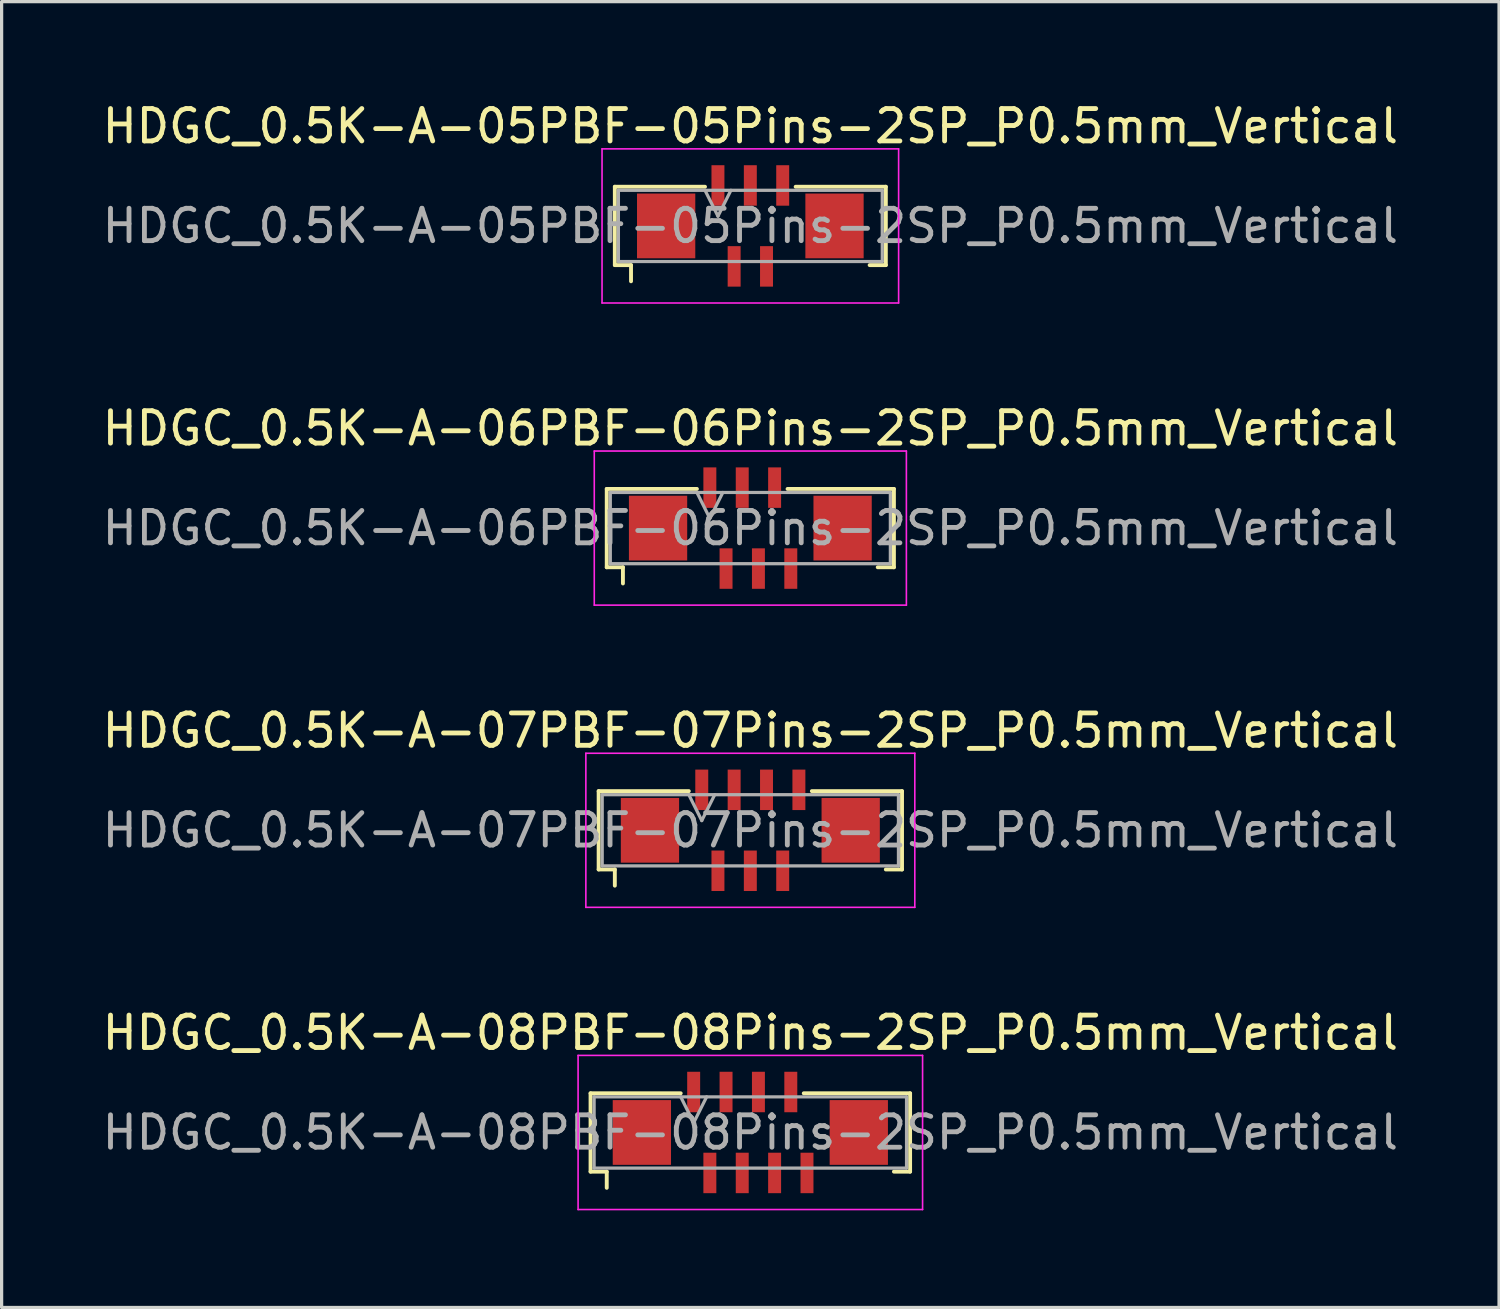
<source format=kicad_pcb>
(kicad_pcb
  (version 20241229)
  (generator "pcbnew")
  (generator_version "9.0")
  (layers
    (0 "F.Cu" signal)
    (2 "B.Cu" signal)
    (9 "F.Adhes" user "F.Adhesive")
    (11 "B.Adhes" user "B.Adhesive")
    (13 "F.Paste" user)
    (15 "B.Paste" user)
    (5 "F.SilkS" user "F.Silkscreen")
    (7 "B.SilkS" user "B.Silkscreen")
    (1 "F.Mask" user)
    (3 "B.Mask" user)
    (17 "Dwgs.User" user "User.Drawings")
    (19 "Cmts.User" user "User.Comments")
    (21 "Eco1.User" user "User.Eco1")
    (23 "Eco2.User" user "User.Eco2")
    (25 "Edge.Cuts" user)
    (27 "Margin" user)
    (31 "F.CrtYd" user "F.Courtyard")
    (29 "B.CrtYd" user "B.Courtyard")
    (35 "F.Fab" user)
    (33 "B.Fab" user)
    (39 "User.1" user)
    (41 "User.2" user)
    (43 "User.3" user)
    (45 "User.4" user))
  (footprint "HDGC_0.5K-A-05PBF-05Pins-2SP_P0.5mm_Vertical"
    (layer "F.Cu")
    (at 20.125 3.928)
    (property "Reference" "HDGC_0.5K-A-05PBF-05Pins-2SP_P0.5mm_Vertical" (at 0 -3.08 0) (layer "F.SilkS") (effects (font (size 1 1) (thickness 0.15))))
    (attr smd)
    (fp_line (start -4.185 -1.21) (end -1.4 -1.21) (stroke (width 0.12) (type solid)) (layer "F.SilkS"))
    (fp_line (start -4.185 1.21) (end -4.185 -1.21) (stroke (width 0.12) (type solid)) (layer "F.SilkS"))
    (fp_line (start -3.685 1.21) (end -4.185 1.21) (stroke (width 0.12) (type solid)) (layer "F.SilkS"))
    (fp_line (start -3.685 1.71) (end -3.685 1.21) (stroke (width 0.12) (type solid)) (layer "F.SilkS"))
    (fp_line (start 3.685 1.21) (end 4.185 1.21) (stroke (width 0.12) (type solid)) (layer "F.SilkS"))
    (fp_line (start 4.185 -1.21) (end 1.4 -1.21) (stroke (width 0.12) (type solid)) (layer "F.SilkS"))
    (fp_line (start 4.185 1.21) (end 4.185 -1.21) (stroke (width 0.12) (type solid)) (layer "F.SilkS"))
    (fp_line (start -4.58 -2.38) (end 4.58 -2.38) (stroke (width 0.05) (type solid)) (layer "F.CrtYd"))
    (fp_line (start -4.58 2.38) (end -4.58 -2.38) (stroke (width 0.05) (type solid)) (layer "F.CrtYd"))
    (fp_line (start 4.58 -2.38) (end 4.58 2.38) (stroke (width 0.05) (type solid)) (layer "F.CrtYd"))
    (fp_line (start 4.58 2.38) (end -4.58 2.38) (stroke (width 0.05) (type solid)) (layer "F.CrtYd"))
    (fp_line (start -4.075 -1.1) (end -4.075 1.1) (stroke (width 0.1) (type solid)) (layer "F.Fab"))
    (fp_line (start -4.075 1.1) (end 4.075 1.1) (stroke (width 0.1) (type solid)) (layer "F.Fab"))
    (fp_line (start -1.4 -1.1) (end -1 -0.3) (stroke (width 0.1) (type solid)) (layer "F.Fab"))
    (fp_line (start -1 -0.3) (end -0.6 -1.1) (stroke (width 0.1) (type solid)) (layer "F.Fab"))
    (fp_line (start 4.075 -1.1) (end -4.075 -1.1) (stroke (width 0.1) (type solid)) (layer "F.Fab"))
    (fp_line (start 4.075 1.1) (end 4.075 -1.1) (stroke (width 0.1) (type solid)) (layer "F.Fab"))
    (fp_text user "${REFERENCE}" (at 0 0 0) (layer "F.Fab") (effects (font (size 1 1) (thickness 0.15))))
    (pad "1" smd rect (at -1 -1.25) (size 0.4 1.25) (layers "F.Cu" "F.Mask" "F.Paste"))
    (pad "2" smd rect (at -0.5 1.25) (size 0.4 1.25) (layers "F.Cu" "F.Mask" "F.Paste"))
    (pad "3" smd rect (at 0 -1.25) (size 0.4 1.25) (layers "F.Cu" "F.Mask" "F.Paste"))
    (pad "4" smd rect (at 0.5 1.25) (size 0.4 1.25) (layers "F.Cu" "F.Mask" "F.Paste"))
    (pad "5" smd rect (at 1 -1.25) (size 0.4 1.25) (layers "F.Cu" "F.Mask" "F.Paste"))
    (pad "MP" smd rect (at -2.6 0) (size 1.8 2) (layers "F.Cu" "F.Mask" "F.Paste"))
    (pad "MP" smd rect (at 2.6 0) (size 1.8 2) (layers "F.Cu" "F.Mask" "F.Paste")))
  (footprint "HDGC_0.5K-A-08PBF-08Pins-2SP_P0.5mm_Vertical"
    (layer "F.Cu")
    (at 20.125 31.928)
    (property "Reference" "HDGC_0.5K-A-08PBF-08Pins-2SP_P0.5mm_Vertical" (at 0 -3.08 0) (layer "F.SilkS") (effects (font (size 1 1) (thickness 0.15))))
    (attr smd)
    (fp_line (start -4.935 -1.21) (end -2.15 -1.21) (stroke (width 0.12) (type solid)) (layer "F.SilkS"))
    (fp_line (start -4.935 1.21) (end -4.935 -1.21) (stroke (width 0.12) (type solid)) (layer "F.SilkS"))
    (fp_line (start -4.435 1.21) (end -4.935 1.21) (stroke (width 0.12) (type solid)) (layer "F.SilkS"))
    (fp_line (start -4.435 1.71) (end -4.435 1.21) (stroke (width 0.12) (type solid)) (layer "F.SilkS"))
    (fp_line (start 4.435 1.21) (end 4.935 1.21) (stroke (width 0.12) (type solid)) (layer "F.SilkS"))
    (fp_line (start 4.935 -1.21) (end 1.65 -1.21) (stroke (width 0.12) (type solid)) (layer "F.SilkS"))
    (fp_line (start 4.935 1.21) (end 4.935 -1.21) (stroke (width 0.12) (type solid)) (layer "F.SilkS"))
    (fp_line (start -5.32 -2.38) (end 5.32 -2.38) (stroke (width 0.05) (type solid)) (layer "F.CrtYd"))
    (fp_line (start -5.32 2.38) (end -5.32 -2.38) (stroke (width 0.05) (type solid)) (layer "F.CrtYd"))
    (fp_line (start 5.32 -2.38) (end 5.32 2.38) (stroke (width 0.05) (type solid)) (layer "F.CrtYd"))
    (fp_line (start 5.32 2.38) (end -5.32 2.38) (stroke (width 0.05) (type solid)) (layer "F.CrtYd"))
    (fp_line (start -4.825 -1.1) (end -4.825 1.1) (stroke (width 0.1) (type solid)) (layer "F.Fab"))
    (fp_line (start -4.825 1.1) (end 4.825 1.1) (stroke (width 0.1) (type solid)) (layer "F.Fab"))
    (fp_line (start -2.15 -1.1) (end -1.75 -0.3) (stroke (width 0.1) (type solid)) (layer "F.Fab"))
    (fp_line (start -1.75 -0.3) (end -1.35 -1.1) (stroke (width 0.1) (type solid)) (layer "F.Fab"))
    (fp_line (start 4.825 -1.1) (end -4.825 -1.1) (stroke (width 0.1) (type solid)) (layer "F.Fab"))
    (fp_line (start 4.825 1.1) (end 4.825 -1.1) (stroke (width 0.1) (type solid)) (layer "F.Fab"))
    (fp_text user "${REFERENCE}" (at 0 0 0) (layer "F.Fab") (effects (font (size 1 1) (thickness 0.15))))
    (pad "1" smd rect (at -1.75 -1.25) (size 0.4 1.25) (layers "F.Cu" "F.Mask" "F.Paste"))
    (pad "2" smd rect (at -1.25 1.25) (size 0.4 1.25) (layers "F.Cu" "F.Mask" "F.Paste"))
    (pad "3" smd rect (at -0.75 -1.25) (size 0.4 1.25) (layers "F.Cu" "F.Mask" "F.Paste"))
    (pad "4" smd rect (at -0.25 1.25) (size 0.4 1.25) (layers "F.Cu" "F.Mask" "F.Paste"))
    (pad "5" smd rect (at 0.25 -1.25) (size 0.4 1.25) (layers "F.Cu" "F.Mask" "F.Paste"))
    (pad "6" smd rect (at 0.75 1.25) (size 0.4 1.25) (layers "F.Cu" "F.Mask" "F.Paste"))
    (pad "7" smd rect (at 1.25 -1.25) (size 0.4 1.25) (layers "F.Cu" "F.Mask" "F.Paste"))
    (pad "8" smd rect (at 1.75 1.25) (size 0.4 1.25) (layers "F.Cu" "F.Mask" "F.Paste"))
    (pad "MP" smd rect (at -3.35 0) (size 1.8 2) (layers "F.Cu" "F.Mask" "F.Paste"))
    (pad "MP" smd rect (at 3.35 0) (size 1.8 2) (layers "F.Cu" "F.Mask" "F.Paste")))
  (footprint "HDGC_0.5K-A-07PBF-07Pins-2SP_P0.5mm_Vertical"
    (layer "F.Cu")
    (at 20.125 22.595)
    (property "Reference" "HDGC_0.5K-A-07PBF-07Pins-2SP_P0.5mm_Vertical" (at 0 -3.08 0) (layer "F.SilkS") (effects (font (size 1 1) (thickness 0.15))))
    (attr smd)
    (fp_line (start -4.685 -1.21) (end -1.9 -1.21) (stroke (width 0.12) (type solid)) (layer "F.SilkS"))
    (fp_line (start -4.685 1.21) (end -4.685 -1.21) (stroke (width 0.12) (type solid)) (layer "F.SilkS"))
    (fp_line (start -4.185 1.21) (end -4.685 1.21) (stroke (width 0.12) (type solid)) (layer "F.SilkS"))
    (fp_line (start -4.185 1.71) (end -4.185 1.21) (stroke (width 0.12) (type solid)) (layer "F.SilkS"))
    (fp_line (start 4.185 1.21) (end 4.685 1.21) (stroke (width 0.12) (type solid)) (layer "F.SilkS"))
    (fp_line (start 4.685 -1.21) (end 1.9 -1.21) (stroke (width 0.12) (type solid)) (layer "F.SilkS"))
    (fp_line (start 4.685 1.21) (end 4.685 -1.21) (stroke (width 0.12) (type solid)) (layer "F.SilkS"))
    (fp_line (start -5.08 -2.38) (end 5.08 -2.38) (stroke (width 0.05) (type solid)) (layer "F.CrtYd"))
    (fp_line (start -5.08 2.38) (end -5.08 -2.38) (stroke (width 0.05) (type solid)) (layer "F.CrtYd"))
    (fp_line (start 5.08 -2.38) (end 5.08 2.38) (stroke (width 0.05) (type solid)) (layer "F.CrtYd"))
    (fp_line (start 5.08 2.38) (end -5.08 2.38) (stroke (width 0.05) (type solid)) (layer "F.CrtYd"))
    (fp_line (start -4.575 -1.1) (end -4.575 1.1) (stroke (width 0.1) (type solid)) (layer "F.Fab"))
    (fp_line (start -4.575 1.1) (end 4.575 1.1) (stroke (width 0.1) (type solid)) (layer "F.Fab"))
    (fp_line (start -1.9 -1.1) (end -1.5 -0.3) (stroke (width 0.1) (type solid)) (layer "F.Fab"))
    (fp_line (start -1.5 -0.3) (end -1.1 -1.1) (stroke (width 0.1) (type solid)) (layer "F.Fab"))
    (fp_line (start 4.575 -1.1) (end -4.575 -1.1) (stroke (width 0.1) (type solid)) (layer "F.Fab"))
    (fp_line (start 4.575 1.1) (end 4.575 -1.1) (stroke (width 0.1) (type solid)) (layer "F.Fab"))
    (fp_text user "${REFERENCE}" (at 0 0 0) (layer "F.Fab") (effects (font (size 1 1) (thickness 0.15))))
    (pad "1" smd rect (at -1.5 -1.25) (size 0.4 1.25) (layers "F.Cu" "F.Mask" "F.Paste"))
    (pad "2" smd rect (at -1 1.25) (size 0.4 1.25) (layers "F.Cu" "F.Mask" "F.Paste"))
    (pad "3" smd rect (at -0.5 -1.25) (size 0.4 1.25) (layers "F.Cu" "F.Mask" "F.Paste"))
    (pad "4" smd rect (at 0 1.25) (size 0.4 1.25) (layers "F.Cu" "F.Mask" "F.Paste"))
    (pad "5" smd rect (at 0.5 -1.25) (size 0.4 1.25) (layers "F.Cu" "F.Mask" "F.Paste"))
    (pad "6" smd rect (at 1 1.25) (size 0.4 1.25) (layers "F.Cu" "F.Mask" "F.Paste"))
    (pad "7" smd rect (at 1.5 -1.25) (size 0.4 1.25) (layers "F.Cu" "F.Mask" "F.Paste"))
    (pad "MP" smd rect (at -3.1 0) (size 1.8 2) (layers "F.Cu" "F.Mask" "F.Paste"))
    (pad "MP" smd rect (at 3.1 0) (size 1.8 2) (layers "F.Cu" "F.Mask" "F.Paste")))
  (footprint "HDGC_0.5K-A-06PBF-06Pins-2SP_P0.5mm_Vertical"
    (layer "F.Cu")
    (at 20.125 13.261)
    (property "Reference" "HDGC_0.5K-A-06PBF-06Pins-2SP_P0.5mm_Vertical" (at 0 -3.08 0) (layer "F.SilkS") (effects (font (size 1 1) (thickness 0.15))))
    (attr smd)
    (fp_line (start -4.435 -1.21) (end -1.65 -1.21) (stroke (width 0.12) (type solid)) (layer "F.SilkS"))
    (fp_line (start -4.435 1.21) (end -4.435 -1.21) (stroke (width 0.12) (type solid)) (layer "F.SilkS"))
    (fp_line (start -3.935 1.21) (end -4.435 1.21) (stroke (width 0.12) (type solid)) (layer "F.SilkS"))
    (fp_line (start -3.935 1.71) (end -3.935 1.21) (stroke (width 0.12) (type solid)) (layer "F.SilkS"))
    (fp_line (start 3.935 1.21) (end 4.435 1.21) (stroke (width 0.12) (type solid)) (layer "F.SilkS"))
    (fp_line (start 4.435 -1.21) (end 1.15 -1.21) (stroke (width 0.12) (type solid)) (layer "F.SilkS"))
    (fp_line (start 4.435 1.21) (end 4.435 -1.21) (stroke (width 0.12) (type solid)) (layer "F.SilkS"))
    (fp_line (start -4.82 -2.38) (end 4.82 -2.38) (stroke (width 0.05) (type solid)) (layer "F.CrtYd"))
    (fp_line (start -4.82 2.38) (end -4.82 -2.38) (stroke (width 0.05) (type solid)) (layer "F.CrtYd"))
    (fp_line (start 4.82 -2.38) (end 4.82 2.38) (stroke (width 0.05) (type solid)) (layer "F.CrtYd"))
    (fp_line (start 4.82 2.38) (end -4.82 2.38) (stroke (width 0.05) (type solid)) (layer "F.CrtYd"))
    (fp_line (start -4.325 -1.1) (end -4.325 1.1) (stroke (width 0.1) (type solid)) (layer "F.Fab"))
    (fp_line (start -4.325 1.1) (end 4.325 1.1) (stroke (width 0.1) (type solid)) (layer "F.Fab"))
    (fp_line (start -1.65 -1.1) (end -1.25 -0.3) (stroke (width 0.1) (type solid)) (layer "F.Fab"))
    (fp_line (start -1.25 -0.3) (end -0.85 -1.1) (stroke (width 0.1) (type solid)) (layer "F.Fab"))
    (fp_line (start 4.325 -1.1) (end -4.325 -1.1) (stroke (width 0.1) (type solid)) (layer "F.Fab"))
    (fp_line (start 4.325 1.1) (end 4.325 -1.1) (stroke (width 0.1) (type solid)) (layer "F.Fab"))
    (fp_text user "${REFERENCE}" (at 0 0 0) (layer "F.Fab") (effects (font (size 1 1) (thickness 0.15))))
    (pad "1" smd rect (at -1.25 -1.25) (size 0.4 1.25) (layers "F.Cu" "F.Mask" "F.Paste"))
    (pad "2" smd rect (at -0.75 1.25) (size 0.4 1.25) (layers "F.Cu" "F.Mask" "F.Paste"))
    (pad "3" smd rect (at -0.25 -1.25) (size 0.4 1.25) (layers "F.Cu" "F.Mask" "F.Paste"))
    (pad "4" smd rect (at 0.25 1.25) (size 0.4 1.25) (layers "F.Cu" "F.Mask" "F.Paste"))
    (pad "5" smd rect (at 0.75 -1.25) (size 0.4 1.25) (layers "F.Cu" "F.Mask" "F.Paste"))
    (pad "6" smd rect (at 1.25 1.25) (size 0.4 1.25) (layers "F.Cu" "F.Mask" "F.Paste"))
    (pad "MP" smd rect (at -2.85 0) (size 1.8 2) (layers "F.Cu" "F.Mask" "F.Paste"))
    (pad "MP" smd rect (at 2.85 0) (size 1.8 2) (layers "F.Cu" "F.Mask" "F.Paste")))
  (gr_rect
    (start -3 -3)
    (end 43.25 37.333)
    (stroke (width 0.1) (type default))
    (fill no)
    (layer "Edge.Cuts")))
</source>
